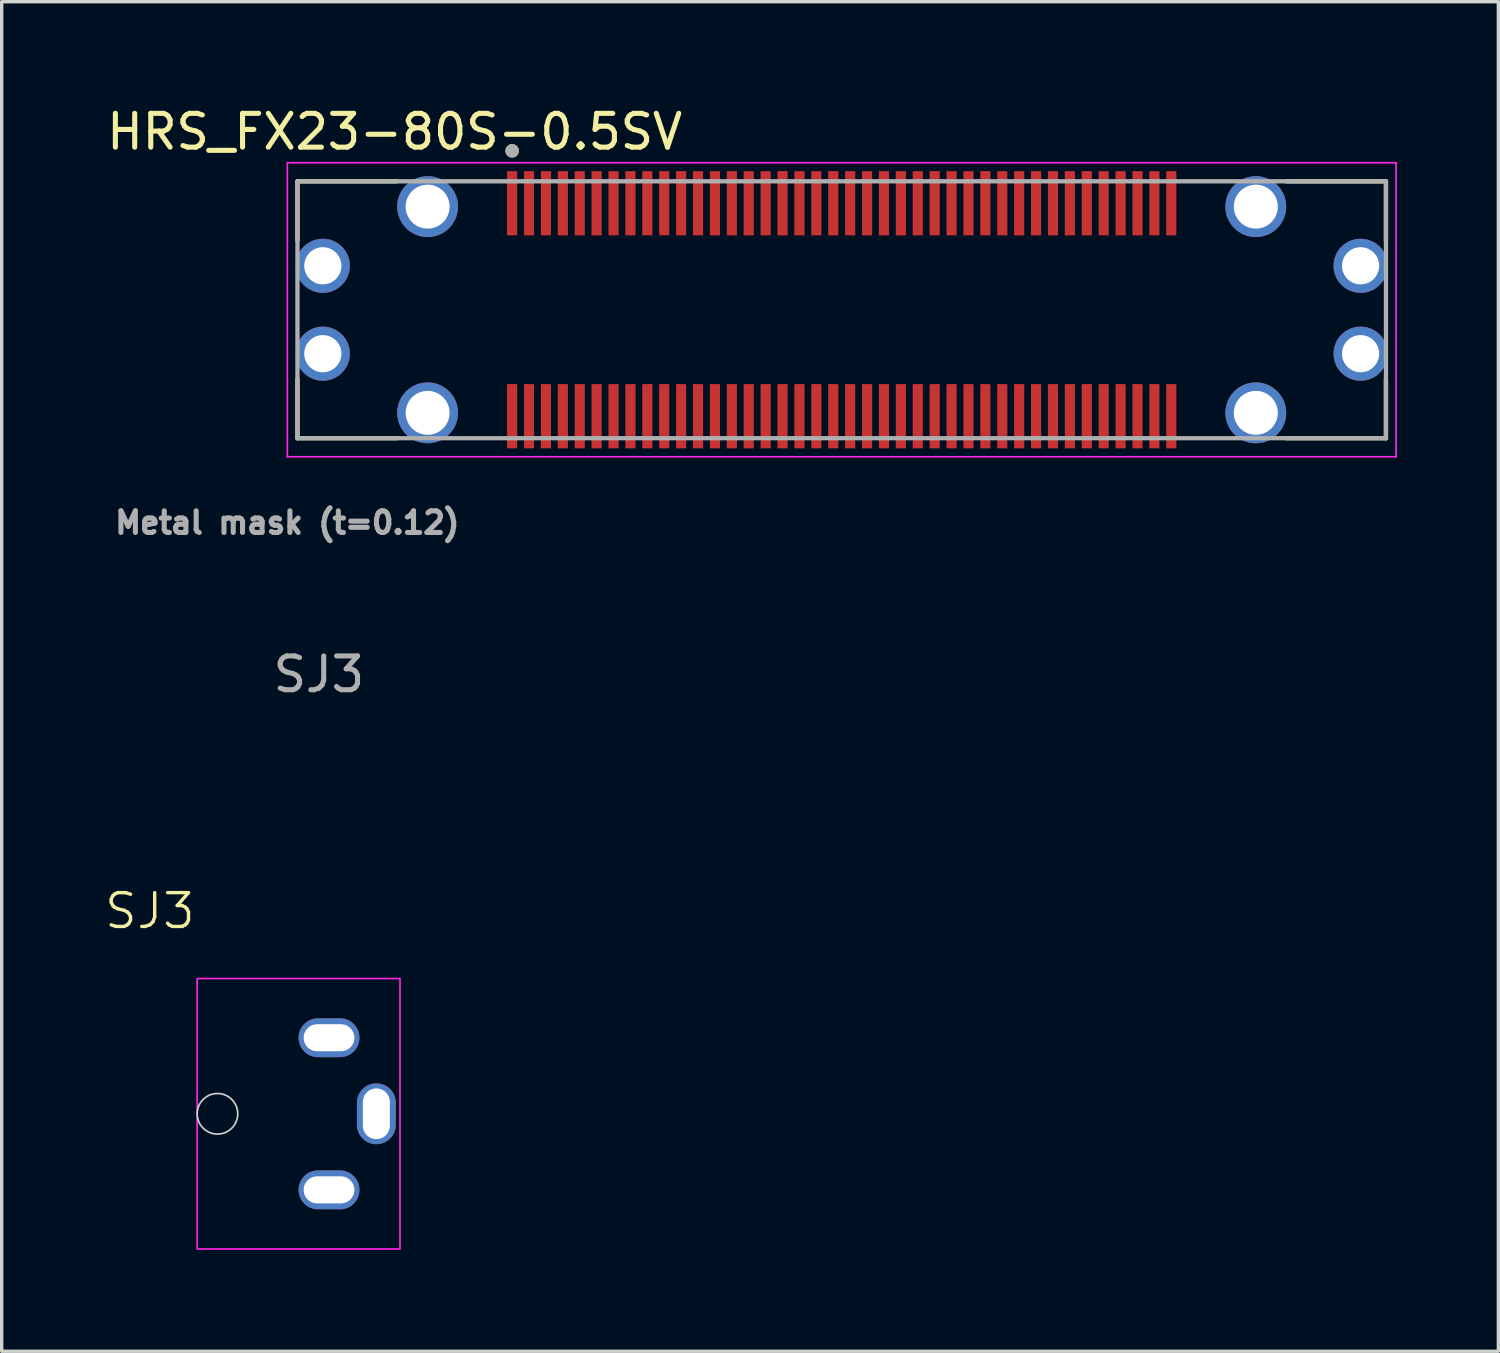
<source format=kicad_pcb>
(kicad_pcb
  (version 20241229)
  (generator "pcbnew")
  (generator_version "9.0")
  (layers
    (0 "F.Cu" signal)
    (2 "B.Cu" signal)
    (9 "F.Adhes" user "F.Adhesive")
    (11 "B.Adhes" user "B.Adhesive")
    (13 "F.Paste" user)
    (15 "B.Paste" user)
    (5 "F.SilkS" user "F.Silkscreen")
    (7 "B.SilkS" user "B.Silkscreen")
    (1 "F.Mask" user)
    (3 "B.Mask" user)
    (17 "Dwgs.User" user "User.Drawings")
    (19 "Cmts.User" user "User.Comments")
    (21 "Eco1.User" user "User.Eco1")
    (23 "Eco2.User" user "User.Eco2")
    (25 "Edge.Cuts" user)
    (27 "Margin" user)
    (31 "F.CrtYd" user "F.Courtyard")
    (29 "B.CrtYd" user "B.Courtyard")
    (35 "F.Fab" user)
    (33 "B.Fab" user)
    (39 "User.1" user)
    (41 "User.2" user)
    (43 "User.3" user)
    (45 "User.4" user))
  (footprint "HRS_FX23-80S-0.5SV"
    (layer "F.Cu")
    (at 21.85 6.113)
    (property "Reference" "HRS_FX23-80S-0.5SV" (at -13.225 -5.265 0) (layer "F.SilkS") (effects (font (size 1 1) (thickness 0.15))))
    (attr smd)
    (fp_line (start -16.1 -3.8) (end -13.15 -3.8) (stroke (width 0.127) (type solid)) (layer "F.SilkS"))
    (fp_line (start -16.1 -2.05) (end -16.1 -3.8) (stroke (width 0.127) (type solid)) (layer "F.SilkS"))
    (fp_line (start -16.1 3.8) (end -16.1 2.05) (stroke (width 0.127) (type solid)) (layer "F.SilkS"))
    (fp_line (start -13.15 3.8) (end -16.1 3.8) (stroke (width 0.127) (type solid)) (layer "F.SilkS"))
    (fp_line (start 13.15 -3.8) (end 16.1 -3.8) (stroke (width 0.127) (type solid)) (layer "F.SilkS"))
    (fp_line (start 16.1 -3.8) (end 16.1 -2.05) (stroke (width 0.127) (type solid)) (layer "F.SilkS"))
    (fp_line (start 16.1 2.05) (end 16.1 3.8) (stroke (width 0.127) (type solid)) (layer "F.SilkS"))
    (fp_line (start 16.1 3.8) (end 13.15 3.8) (stroke (width 0.127) (type solid)) (layer "F.SilkS"))
    (fp_circle (center -9.75 -4.7) (end -9.65 -4.7) (stroke (width 0.2) (type solid)) (fill no) (layer "F.SilkS"))
    (fp_line (start -16.4 -4.35) (end 16.4 -4.35) (stroke (width 0.05) (type solid)) (layer "F.CrtYd"))
    (fp_line (start -16.4 4.35) (end -16.4 -4.35) (stroke (width 0.05) (type solid)) (layer "F.CrtYd"))
    (fp_line (start 16.4 -4.35) (end 16.4 4.35) (stroke (width 0.05) (type solid)) (layer "F.CrtYd"))
    (fp_line (start 16.4 4.35) (end -16.4 4.35) (stroke (width 0.05) (type solid)) (layer "F.CrtYd"))
    (fp_line (start -16.1 -3.8) (end -16.1 3.8) (stroke (width 0.127) (type solid)) (layer "F.Fab"))
    (fp_line (start -16.1 3.8) (end 16.1 3.8) (stroke (width 0.127) (type solid)) (layer "F.Fab"))
    (fp_line (start 16.1 -3.8) (end -16.1 -3.8) (stroke (width 0.127) (type solid)) (layer "F.Fab"))
    (fp_line (start 16.1 3.8) (end 16.1 -3.8) (stroke (width 0.127) (type solid)) (layer "F.Fab"))
    (fp_circle (center -9.75 -4.7) (end -9.65 -4.7) (stroke (width 0.2) (type solid)) (fill no) (layer "F.Fab"))
    (fp_text user "Metal mask (t=0.12)" (at -16.4 6.3 0) (layer "F.Fab") (effects (font (size 0.64 0.64) (thickness 0.15))))
    (pad "1" smd rect (at -9.75 -3.15) (size 0.3 1.9) (layers "F.Cu" "F.Mask" "F.Paste"))
    (pad "2" smd rect (at -9.25 -3.15) (size 0.3 1.9) (layers "F.Cu" "F.Mask" "F.Paste"))
    (pad "3" smd rect (at -8.75 -3.15) (size 0.3 1.9) (layers "F.Cu" "F.Mask" "F.Paste"))
    (pad "4" smd rect (at -8.25 -3.15) (size 0.3 1.9) (layers "F.Cu" "F.Mask" "F.Paste"))
    (pad "5" smd rect (at -7.75 -3.15) (size 0.3 1.9) (layers "F.Cu" "F.Mask" "F.Paste"))
    (pad "6" smd rect (at -7.25 -3.15) (size 0.3 1.9) (layers "F.Cu" "F.Mask" "F.Paste"))
    (pad "7" smd rect (at -6.75 -3.15) (size 0.3 1.9) (layers "F.Cu" "F.Mask" "F.Paste"))
    (pad "8" smd rect (at -6.25 -3.15) (size 0.3 1.9) (layers "F.Cu" "F.Mask" "F.Paste"))
    (pad "9" smd rect (at -5.75 -3.15) (size 0.3 1.9) (layers "F.Cu" "F.Mask" "F.Paste"))
    (pad "10" smd rect (at -5.25 -3.15) (size 0.3 1.9) (layers "F.Cu" "F.Mask" "F.Paste"))
    (pad "11" smd rect (at -4.75 -3.15) (size 0.3 1.9) (layers "F.Cu" "F.Mask" "F.Paste"))
    (pad "12" smd rect (at -4.25 -3.15) (size 0.3 1.9) (layers "F.Cu" "F.Mask" "F.Paste"))
    (pad "13" smd rect (at -3.75 -3.15) (size 0.3 1.9) (layers "F.Cu" "F.Mask" "F.Paste"))
    (pad "14" smd rect (at -3.25 -3.15) (size 0.3 1.9) (layers "F.Cu" "F.Mask" "F.Paste"))
    (pad "15" smd rect (at -2.75 -3.15) (size 0.3 1.9) (layers "F.Cu" "F.Mask" "F.Paste"))
    (pad "16" smd rect (at -2.25 -3.15) (size 0.3 1.9) (layers "F.Cu" "F.Mask" "F.Paste"))
    (pad "17" smd rect (at -1.75 -3.15) (size 0.3 1.9) (layers "F.Cu" "F.Mask" "F.Paste"))
    (pad "18" smd rect (at -1.25 -3.15) (size 0.3 1.9) (layers "F.Cu" "F.Mask" "F.Paste"))
    (pad "19" smd rect (at -0.75 -3.15) (size 0.3 1.9) (layers "F.Cu" "F.Mask" "F.Paste"))
    (pad "20" smd rect (at -0.25 -3.15) (size 0.3 1.9) (layers "F.Cu" "F.Mask" "F.Paste"))
    (pad "21" smd rect (at 0.25 -3.15) (size 0.3 1.9) (layers "F.Cu" "F.Mask" "F.Paste"))
    (pad "22" smd rect (at 0.75 -3.15) (size 0.3 1.9) (layers "F.Cu" "F.Mask" "F.Paste"))
    (pad "23" smd rect (at 1.25 -3.15) (size 0.3 1.9) (layers "F.Cu" "F.Mask" "F.Paste"))
    (pad "24" smd rect (at 1.75 -3.15) (size 0.3 1.9) (layers "F.Cu" "F.Mask" "F.Paste"))
    (pad "25" smd rect (at 2.25 -3.15) (size 0.3 1.9) (layers "F.Cu" "F.Mask" "F.Paste"))
    (pad "26" smd rect (at 2.75 -3.15) (size 0.3 1.9) (layers "F.Cu" "F.Mask" "F.Paste"))
    (pad "27" smd rect (at 3.25 -3.15) (size 0.3 1.9) (layers "F.Cu" "F.Mask" "F.Paste"))
    (pad "28" smd rect (at 3.75 -3.15) (size 0.3 1.9) (layers "F.Cu" "F.Mask" "F.Paste"))
    (pad "29" smd rect (at 4.25 -3.15) (size 0.3 1.9) (layers "F.Cu" "F.Mask" "F.Paste"))
    (pad "30" smd rect (at 4.75 -3.15) (size 0.3 1.9) (layers "F.Cu" "F.Mask" "F.Paste"))
    (pad "31" smd rect (at 5.25 -3.15) (size 0.3 1.9) (layers "F.Cu" "F.Mask" "F.Paste"))
    (pad "32" smd rect (at 5.75 -3.15) (size 0.3 1.9) (layers "F.Cu" "F.Mask" "F.Paste"))
    (pad "33" smd rect (at 6.25 -3.15) (size 0.3 1.9) (layers "F.Cu" "F.Mask" "F.Paste"))
    (pad "34" smd rect (at 6.75 -3.15) (size 0.3 1.9) (layers "F.Cu" "F.Mask" "F.Paste"))
    (pad "35" smd rect (at 7.25 -3.15) (size 0.3 1.9) (layers "F.Cu" "F.Mask" "F.Paste"))
    (pad "36" smd rect (at 7.75 -3.15) (size 0.3 1.9) (layers "F.Cu" "F.Mask" "F.Paste"))
    (pad "37" smd rect (at 8.25 -3.15) (size 0.3 1.9) (layers "F.Cu" "F.Mask" "F.Paste"))
    (pad "38" smd rect (at 8.75 -3.15) (size 0.3 1.9) (layers "F.Cu" "F.Mask" "F.Paste"))
    (pad "39" smd rect (at 9.25 -3.15) (size 0.3 1.9) (layers "F.Cu" "F.Mask" "F.Paste"))
    (pad "40" smd rect (at 9.75 -3.15) (size 0.3 1.9) (layers "F.Cu" "F.Mask" "F.Paste"))
    (pad "41" smd rect (at -9.75 3.15) (size 0.3 1.9) (layers "F.Cu" "F.Mask" "F.Paste"))
    (pad "42" smd rect (at -9.25 3.15) (size 0.3 1.9) (layers "F.Cu" "F.Mask" "F.Paste"))
    (pad "43" smd rect (at -8.75 3.15) (size 0.3 1.9) (layers "F.Cu" "F.Mask" "F.Paste"))
    (pad "44" smd rect (at -8.25 3.15) (size 0.3 1.9) (layers "F.Cu" "F.Mask" "F.Paste"))
    (pad "45" smd rect (at -7.75 3.15) (size 0.3 1.9) (layers "F.Cu" "F.Mask" "F.Paste"))
    (pad "46" smd rect (at -7.25 3.15) (size 0.3 1.9) (layers "F.Cu" "F.Mask" "F.Paste"))
    (pad "47" smd rect (at -6.75 3.15) (size 0.3 1.9) (layers "F.Cu" "F.Mask" "F.Paste"))
    (pad "48" smd rect (at -6.25 3.15) (size 0.3 1.9) (layers "F.Cu" "F.Mask" "F.Paste"))
    (pad "49" smd rect (at -5.75 3.15) (size 0.3 1.9) (layers "F.Cu" "F.Mask" "F.Paste"))
    (pad "50" smd rect (at -5.25 3.15) (size 0.3 1.9) (layers "F.Cu" "F.Mask" "F.Paste"))
    (pad "51" smd rect (at -4.75 3.15) (size 0.3 1.9) (layers "F.Cu" "F.Mask" "F.Paste"))
    (pad "52" smd rect (at -4.25 3.15) (size 0.3 1.9) (layers "F.Cu" "F.Mask" "F.Paste"))
    (pad "53" smd rect (at -3.75 3.15) (size 0.3 1.9) (layers "F.Cu" "F.Mask" "F.Paste"))
    (pad "54" smd rect (at -3.25 3.15) (size 0.3 1.9) (layers "F.Cu" "F.Mask" "F.Paste"))
    (pad "55" smd rect (at -2.75 3.15) (size 0.3 1.9) (layers "F.Cu" "F.Mask" "F.Paste"))
    (pad "56" smd rect (at -2.25 3.15) (size 0.3 1.9) (layers "F.Cu" "F.Mask" "F.Paste"))
    (pad "57" smd rect (at -1.75 3.15) (size 0.3 1.9) (layers "F.Cu" "F.Mask" "F.Paste"))
    (pad "58" smd rect (at -1.25 3.15) (size 0.3 1.9) (layers "F.Cu" "F.Mask" "F.Paste"))
    (pad "59" smd rect (at -0.75 3.15) (size 0.3 1.9) (layers "F.Cu" "F.Mask" "F.Paste"))
    (pad "60" smd rect (at -0.25 3.15) (size 0.3 1.9) (layers "F.Cu" "F.Mask" "F.Paste"))
    (pad "61" smd rect (at 0.25 3.15) (size 0.3 1.9) (layers "F.Cu" "F.Mask" "F.Paste"))
    (pad "62" smd rect (at 0.75 3.15) (size 0.3 1.9) (layers "F.Cu" "F.Mask" "F.Paste"))
    (pad "63" smd rect (at 1.25 3.15) (size 0.3 1.9) (layers "F.Cu" "F.Mask" "F.Paste"))
    (pad "64" smd rect (at 1.75 3.15) (size 0.3 1.9) (layers "F.Cu" "F.Mask" "F.Paste"))
    (pad "65" smd rect (at 2.25 3.15) (size 0.3 1.9) (layers "F.Cu" "F.Mask" "F.Paste"))
    (pad "66" smd rect (at 2.75 3.15) (size 0.3 1.9) (layers "F.Cu" "F.Mask" "F.Paste"))
    (pad "67" smd rect (at 3.25 3.15) (size 0.3 1.9) (layers "F.Cu" "F.Mask" "F.Paste"))
    (pad "68" smd rect (at 3.75 3.15) (size 0.3 1.9) (layers "F.Cu" "F.Mask" "F.Paste"))
    (pad "69" smd rect (at 4.25 3.15) (size 0.3 1.9) (layers "F.Cu" "F.Mask" "F.Paste"))
    (pad "70" smd rect (at 4.75 3.15) (size 0.3 1.9) (layers "F.Cu" "F.Mask" "F.Paste"))
    (pad "71" smd rect (at 5.25 3.15) (size 0.3 1.9) (layers "F.Cu" "F.Mask" "F.Paste"))
    (pad "72" smd rect (at 5.75 3.15) (size 0.3 1.9) (layers "F.Cu" "F.Mask" "F.Paste"))
    (pad "73" smd rect (at 6.25 3.15) (size 0.3 1.9) (layers "F.Cu" "F.Mask" "F.Paste"))
    (pad "74" smd rect (at 6.75 3.15) (size 0.3 1.9) (layers "F.Cu" "F.Mask" "F.Paste"))
    (pad "75" smd rect (at 7.25 3.15) (size 0.3 1.9) (layers "F.Cu" "F.Mask" "F.Paste"))
    (pad "76" smd rect (at 7.75 3.15) (size 0.3 1.9) (layers "F.Cu" "F.Mask" "F.Paste"))
    (pad "77" smd rect (at 8.25 3.15) (size 0.3 1.9) (layers "F.Cu" "F.Mask" "F.Paste"))
    (pad "78" smd rect (at 8.75 3.15) (size 0.3 1.9) (layers "F.Cu" "F.Mask" "F.Paste"))
    (pad "79" smd rect (at 9.25 3.15) (size 0.3 1.9) (layers "F.Cu" "F.Mask" "F.Paste"))
    (pad "80" smd rect (at 9.75 3.15) (size 0.3 1.9) (layers "F.Cu" "F.Mask" "F.Paste"))
    (pad "P1" thru_hole circle (at -12.25 -3.05) (size 1.8 1.8) (drill 1.3) (layers "*.Cu" "*.Mask"))
    (pad "P2" thru_hole circle (at 12.25 -3.05) (size 1.8 1.8) (drill 1.3) (layers "*.Cu" "*.Mask"))
    (pad "P3" thru_hole circle (at -12.25 3.05) (size 1.8 1.8) (drill 1.3) (layers "*.Cu" "*.Mask"))
    (pad "P4" thru_hole circle (at 12.25 3.05) (size 1.8 1.8) (drill 1.3) (layers "*.Cu" "*.Mask"))
    (pad "S1" thru_hole circle (at -15.35 -1.3) (size 1.6 1.6) (drill 1.1) (layers "*.Cu" "*.Mask"))
    (pad "S2" thru_hole circle (at 15.35 -1.3) (size 1.6 1.6) (drill 1.1) (layers "*.Cu" "*.Mask"))
    (pad "S3" thru_hole circle (at -15.35 1.3) (size 1.6 1.6) (drill 1.1) (layers "*.Cu" "*.Mask"))
    (pad "S4" thru_hole circle (at 15.35 1.3) (size 1.6 1.6) (drill 1.1) (layers "*.Cu" "*.Mask")))
  (footprint "SJ3"
    (layer "F.Cu")
    (at 3.383 29.899)
    (property "Reference" "SJ3" (at -2 -6 0) (unlocked yes) (layer "F.SilkS") (effects (font (size 1 1) (thickness 0.1))))
    (attr through_hole)
    (fp_circle (center 0 0) (end 0.6 0) (stroke (width 0.05) (type default)) (fill no) (layer "Edge.Cuts"))
    (fp_rect (start -0.6 -4) (end 5.4 4) (stroke (width 0.05) (type default)) (fill no) (layer "F.CrtYd"))
    (fp_text user "${REFERENCE}" (at 3 -13 0) (unlocked yes) (layer "F.Fab") (effects (font (size 1 1) (thickness 0.15))))
    (pad "1" thru_hole oval (at 3.3 -2.25) (size 1.8 1.15) (drill oval 1.5 0.8) (layers "*.Cu" "*.Mask"))
    (pad "2" thru_hole oval (at 3.3 2.25) (size 1.8 1.15) (drill oval 1.5 0.8) (layers "*.Cu" "*.Mask"))
    (pad "3" thru_hole oval (at 4.7 0 90) (size 1.8 1.15) (drill oval 1.5 0.8) (layers "*.Cu" "*.Mask")))
  (gr_rect
    (start -3 -3)
    (end 41.275 36.924)
    (stroke (width 0.1) (type default))
    (fill no)
    (layer "Edge.Cuts")))
</source>
